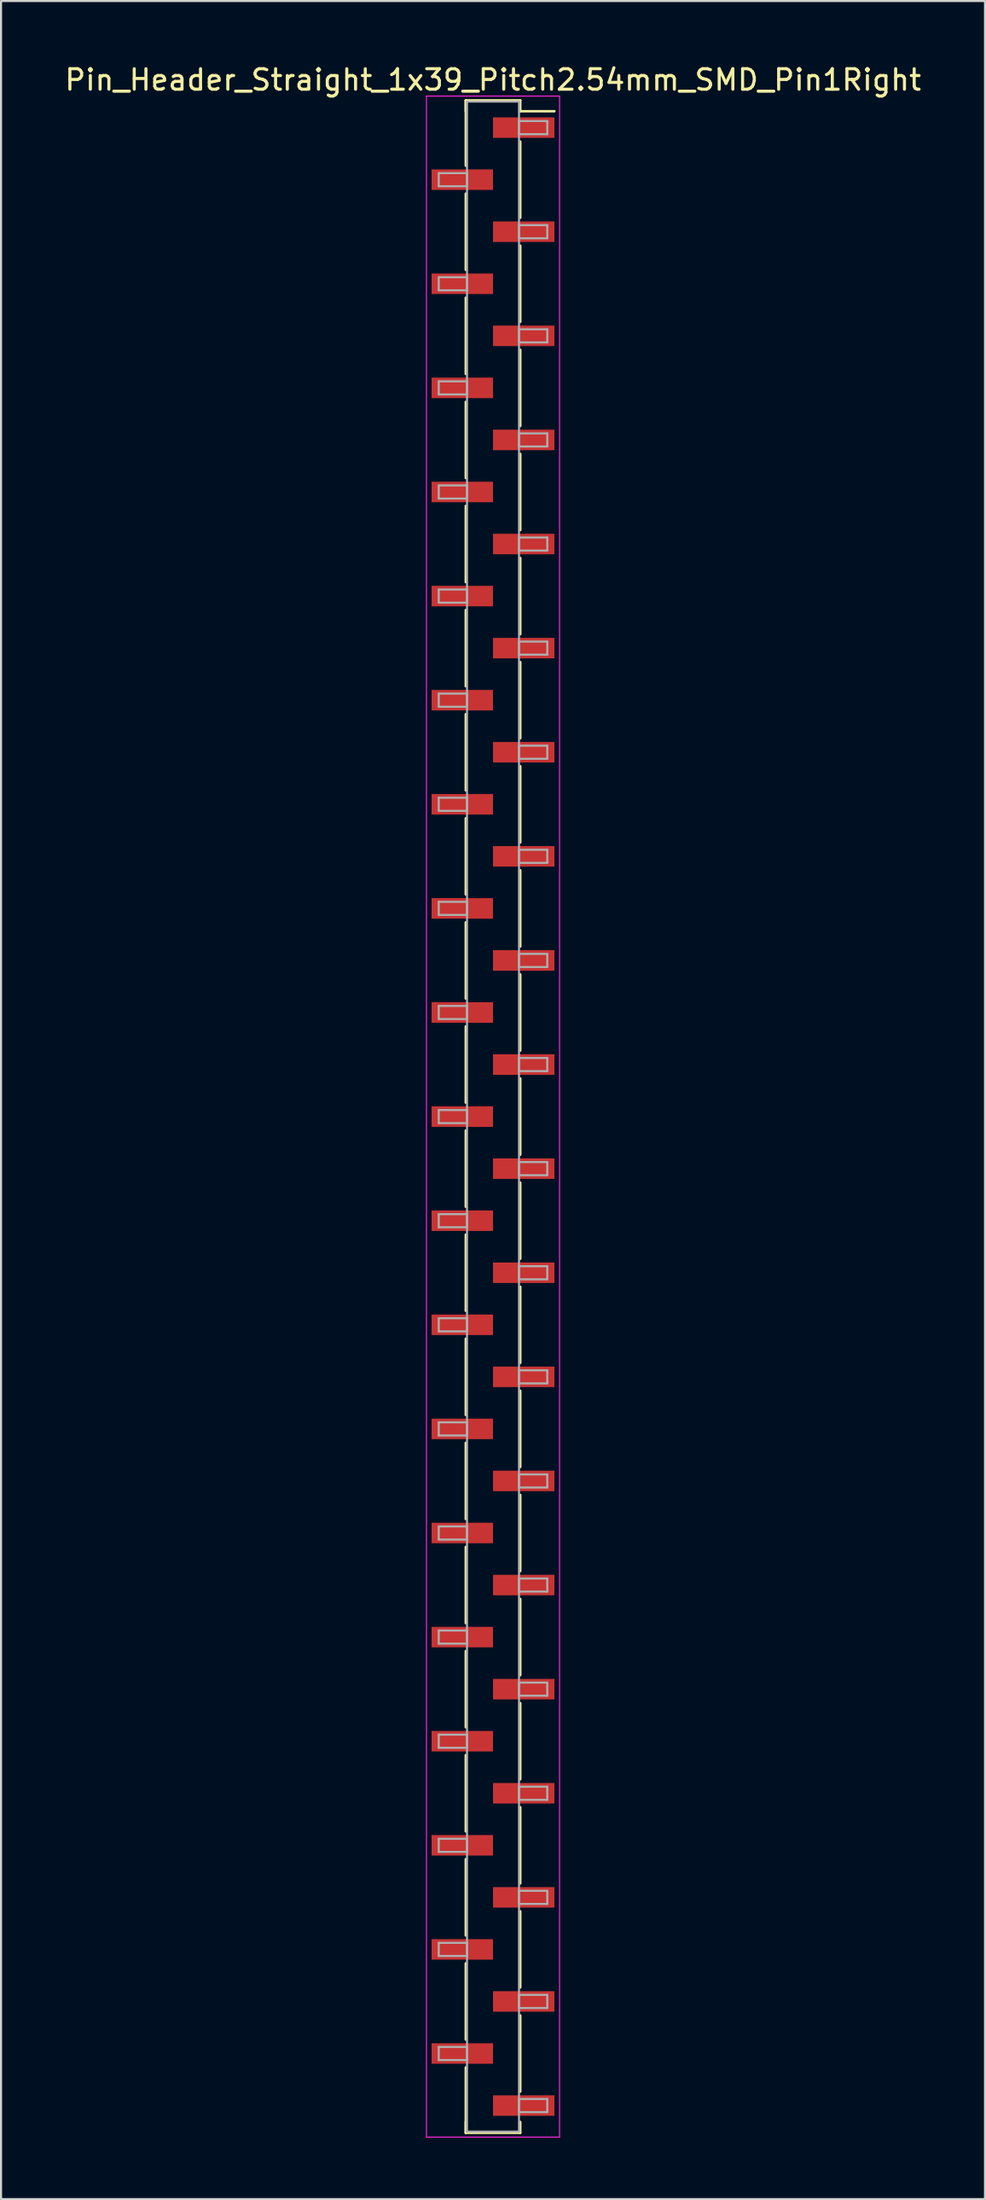
<source format=kicad_pcb>
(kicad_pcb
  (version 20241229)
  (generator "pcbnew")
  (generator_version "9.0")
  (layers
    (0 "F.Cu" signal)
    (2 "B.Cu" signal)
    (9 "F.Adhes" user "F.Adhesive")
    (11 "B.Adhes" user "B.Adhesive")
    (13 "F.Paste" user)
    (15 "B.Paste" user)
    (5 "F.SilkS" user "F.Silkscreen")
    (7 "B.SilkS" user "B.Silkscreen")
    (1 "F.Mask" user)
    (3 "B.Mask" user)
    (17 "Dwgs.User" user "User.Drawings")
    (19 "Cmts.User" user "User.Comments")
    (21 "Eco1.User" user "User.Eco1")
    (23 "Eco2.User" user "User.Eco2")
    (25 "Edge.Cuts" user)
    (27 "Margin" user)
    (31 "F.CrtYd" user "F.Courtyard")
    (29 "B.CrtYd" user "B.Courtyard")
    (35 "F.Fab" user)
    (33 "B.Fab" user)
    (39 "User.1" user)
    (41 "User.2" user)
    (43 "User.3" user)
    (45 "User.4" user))
  (footprint "Pin_Header_Straight_1x39_Pitch2.54mm_SMD_Pin1Right"
    (layer "F.Cu")
    (at 21.03 51.438)
    (property "Reference" "Pin_Header_Straight_1x39_Pitch2.54mm_SMD_Pin1Right" (at 0 -50.59 0) (layer "F.SilkS") (effects (font (size 1 1) (thickness 0.15))))
    (attr smd)
    (fp_line (start -1.33 -49.59) (end -1.33 -46.4) (stroke (width 0.12) (type solid)) (layer "F.SilkS"))
    (fp_line (start -1.33 -49.59) (end 1.33 -49.59) (stroke (width 0.12) (type solid)) (layer "F.SilkS"))
    (fp_line (start -1.33 -49.06) (end -1.33 -49.59) (stroke (width 0.12) (type solid)) (layer "F.SilkS"))
    (fp_line (start -1.33 -45.04) (end -1.33 -41.32) (stroke (width 0.12) (type solid)) (layer "F.SilkS"))
    (fp_line (start -1.33 -39.96) (end -1.33 -36.24) (stroke (width 0.12) (type solid)) (layer "F.SilkS"))
    (fp_line (start -1.33 -34.88) (end -1.33 -31.16) (stroke (width 0.12) (type solid)) (layer "F.SilkS"))
    (fp_line (start -1.33 -29.8) (end -1.33 -26.08) (stroke (width 0.12) (type solid)) (layer "F.SilkS"))
    (fp_line (start -1.33 -24.72) (end -1.33 -21) (stroke (width 0.12) (type solid)) (layer "F.SilkS"))
    (fp_line (start -1.33 -19.64) (end -1.33 -15.92) (stroke (width 0.12) (type solid)) (layer "F.SilkS"))
    (fp_line (start -1.33 -14.56) (end -1.33 -10.84) (stroke (width 0.12) (type solid)) (layer "F.SilkS"))
    (fp_line (start -1.33 -9.48) (end -1.33 -5.76) (stroke (width 0.12) (type solid)) (layer "F.SilkS"))
    (fp_line (start -1.33 -4.4) (end -1.33 -0.68) (stroke (width 0.12) (type solid)) (layer "F.SilkS"))
    (fp_line (start -1.33 0.68) (end -1.33 4.4) (stroke (width 0.12) (type solid)) (layer "F.SilkS"))
    (fp_line (start -1.33 5.76) (end -1.33 9.48) (stroke (width 0.12) (type solid)) (layer "F.SilkS"))
    (fp_line (start -1.33 10.84) (end -1.33 14.56) (stroke (width 0.12) (type solid)) (layer "F.SilkS"))
    (fp_line (start -1.33 15.92) (end -1.33 19.64) (stroke (width 0.12) (type solid)) (layer "F.SilkS"))
    (fp_line (start -1.33 21) (end -1.33 24.72) (stroke (width 0.12) (type solid)) (layer "F.SilkS"))
    (fp_line (start -1.33 26.08) (end -1.33 29.8) (stroke (width 0.12) (type solid)) (layer "F.SilkS"))
    (fp_line (start -1.33 31.16) (end -1.33 34.88) (stroke (width 0.12) (type solid)) (layer "F.SilkS"))
    (fp_line (start -1.33 36.24) (end -1.33 39.96) (stroke (width 0.12) (type solid)) (layer "F.SilkS"))
    (fp_line (start -1.33 41.32) (end -1.33 45.04) (stroke (width 0.12) (type solid)) (layer "F.SilkS"))
    (fp_line (start -1.33 46.4) (end -1.33 49.59) (stroke (width 0.12) (type solid)) (layer "F.SilkS"))
    (fp_line (start -1.33 49.06) (end -1.33 49.59) (stroke (width 0.12) (type solid)) (layer "F.SilkS"))
    (fp_line (start -1.33 49.59) (end 1.33 49.59) (stroke (width 0.12) (type solid)) (layer "F.SilkS"))
    (fp_line (start 1.33 -49.59) (end 1.33 -49.06) (stroke (width 0.12) (type solid)) (layer "F.SilkS"))
    (fp_line (start 1.33 -49.06) (end 3 -49.06) (stroke (width 0.12) (type solid)) (layer "F.SilkS"))
    (fp_line (start 1.33 -47.58) (end 1.33 -43.86) (stroke (width 0.12) (type solid)) (layer "F.SilkS"))
    (fp_line (start 1.33 -42.5) (end 1.33 -38.78) (stroke (width 0.12) (type solid)) (layer "F.SilkS"))
    (fp_line (start 1.33 -37.42) (end 1.33 -33.7) (stroke (width 0.12) (type solid)) (layer "F.SilkS"))
    (fp_line (start 1.33 -32.34) (end 1.33 -28.62) (stroke (width 0.12) (type solid)) (layer "F.SilkS"))
    (fp_line (start 1.33 -27.26) (end 1.33 -23.54) (stroke (width 0.12) (type solid)) (layer "F.SilkS"))
    (fp_line (start 1.33 -22.18) (end 1.33 -18.46) (stroke (width 0.12) (type solid)) (layer "F.SilkS"))
    (fp_line (start 1.33 -17.1) (end 1.33 -13.38) (stroke (width 0.12) (type solid)) (layer "F.SilkS"))
    (fp_line (start 1.33 -12.02) (end 1.33 -8.3) (stroke (width 0.12) (type solid)) (layer "F.SilkS"))
    (fp_line (start 1.33 -6.94) (end 1.33 -3.22) (stroke (width 0.12) (type solid)) (layer "F.SilkS"))
    (fp_line (start 1.33 -1.86) (end 1.33 1.86) (stroke (width 0.12) (type solid)) (layer "F.SilkS"))
    (fp_line (start 1.33 3.22) (end 1.33 6.94) (stroke (width 0.12) (type solid)) (layer "F.SilkS"))
    (fp_line (start 1.33 8.3) (end 1.33 12.02) (stroke (width 0.12) (type solid)) (layer "F.SilkS"))
    (fp_line (start 1.33 13.38) (end 1.33 17.1) (stroke (width 0.12) (type solid)) (layer "F.SilkS"))
    (fp_line (start 1.33 18.46) (end 1.33 22.18) (stroke (width 0.12) (type solid)) (layer "F.SilkS"))
    (fp_line (start 1.33 23.54) (end 1.33 27.26) (stroke (width 0.12) (type solid)) (layer "F.SilkS"))
    (fp_line (start 1.33 28.62) (end 1.33 32.34) (stroke (width 0.12) (type solid)) (layer "F.SilkS"))
    (fp_line (start 1.33 33.7) (end 1.33 37.42) (stroke (width 0.12) (type solid)) (layer "F.SilkS"))
    (fp_line (start 1.33 38.78) (end 1.33 42.5) (stroke (width 0.12) (type solid)) (layer "F.SilkS"))
    (fp_line (start 1.33 43.86) (end 1.33 47.58) (stroke (width 0.12) (type solid)) (layer "F.SilkS"))
    (fp_line (start 1.33 49.59) (end 1.33 49.06) (stroke (width 0.12) (type solid)) (layer "F.SilkS"))
    (fp_line (start -3.25 -49.8) (end -3.25 49.8) (stroke (width 0.05) (type solid)) (layer "F.CrtYd"))
    (fp_line (start -3.25 49.8) (end 3.25 49.8) (stroke (width 0.05) (type solid)) (layer "F.CrtYd"))
    (fp_line (start 3.25 -49.8) (end -3.25 -49.8) (stroke (width 0.05) (type solid)) (layer "F.CrtYd"))
    (fp_line (start 3.25 49.8) (end 3.25 -49.8) (stroke (width 0.05) (type solid)) (layer "F.CrtYd"))
    (fp_line (start -2.65 -46.04) (end -1.27 -46.04) (stroke (width 0.1) (type solid)) (layer "F.Fab"))
    (fp_line (start -2.65 -45.4) (end -2.65 -46.04) (stroke (width 0.1) (type solid)) (layer "F.Fab"))
    (fp_line (start -2.65 -40.96) (end -1.27 -40.96) (stroke (width 0.1) (type solid)) (layer "F.Fab"))
    (fp_line (start -2.65 -40.32) (end -2.65 -40.96) (stroke (width 0.1) (type solid)) (layer "F.Fab"))
    (fp_line (start -2.65 -35.88) (end -1.27 -35.88) (stroke (width 0.1) (type solid)) (layer "F.Fab"))
    (fp_line (start -2.65 -35.24) (end -2.65 -35.88) (stroke (width 0.1) (type solid)) (layer "F.Fab"))
    (fp_line (start -2.65 -30.8) (end -1.27 -30.8) (stroke (width 0.1) (type solid)) (layer "F.Fab"))
    (fp_line (start -2.65 -30.16) (end -2.65 -30.8) (stroke (width 0.1) (type solid)) (layer "F.Fab"))
    (fp_line (start -2.65 -25.72) (end -1.27 -25.72) (stroke (width 0.1) (type solid)) (layer "F.Fab"))
    (fp_line (start -2.65 -25.08) (end -2.65 -25.72) (stroke (width 0.1) (type solid)) (layer "F.Fab"))
    (fp_line (start -2.65 -20.64) (end -1.27 -20.64) (stroke (width 0.1) (type solid)) (layer "F.Fab"))
    (fp_line (start -2.65 -20) (end -2.65 -20.64) (stroke (width 0.1) (type solid)) (layer "F.Fab"))
    (fp_line (start -2.65 -15.56) (end -1.27 -15.56) (stroke (width 0.1) (type solid)) (layer "F.Fab"))
    (fp_line (start -2.65 -14.92) (end -2.65 -15.56) (stroke (width 0.1) (type solid)) (layer "F.Fab"))
    (fp_line (start -2.65 -10.48) (end -1.27 -10.48) (stroke (width 0.1) (type solid)) (layer "F.Fab"))
    (fp_line (start -2.65 -9.84) (end -2.65 -10.48) (stroke (width 0.1) (type solid)) (layer "F.Fab"))
    (fp_line (start -2.65 -5.4) (end -1.27 -5.4) (stroke (width 0.1) (type solid)) (layer "F.Fab"))
    (fp_line (start -2.65 -4.76) (end -2.65 -5.4) (stroke (width 0.1) (type solid)) (layer "F.Fab"))
    (fp_line (start -2.65 -0.32) (end -1.27 -0.32) (stroke (width 0.1) (type solid)) (layer "F.Fab"))
    (fp_line (start -2.65 0.32) (end -2.65 -0.32) (stroke (width 0.1) (type solid)) (layer "F.Fab"))
    (fp_line (start -2.65 4.76) (end -1.27 4.76) (stroke (width 0.1) (type solid)) (layer "F.Fab"))
    (fp_line (start -2.65 5.4) (end -2.65 4.76) (stroke (width 0.1) (type solid)) (layer "F.Fab"))
    (fp_line (start -2.65 9.84) (end -1.27 9.84) (stroke (width 0.1) (type solid)) (layer "F.Fab"))
    (fp_line (start -2.65 10.48) (end -2.65 9.84) (stroke (width 0.1) (type solid)) (layer "F.Fab"))
    (fp_line (start -2.65 14.92) (end -1.27 14.92) (stroke (width 0.1) (type solid)) (layer "F.Fab"))
    (fp_line (start -2.65 15.56) (end -2.65 14.92) (stroke (width 0.1) (type solid)) (layer "F.Fab"))
    (fp_line (start -2.65 20) (end -1.27 20) (stroke (width 0.1) (type solid)) (layer "F.Fab"))
    (fp_line (start -2.65 20.64) (end -2.65 20) (stroke (width 0.1) (type solid)) (layer "F.Fab"))
    (fp_line (start -2.65 25.08) (end -1.27 25.08) (stroke (width 0.1) (type solid)) (layer "F.Fab"))
    (fp_line (start -2.65 25.72) (end -2.65 25.08) (stroke (width 0.1) (type solid)) (layer "F.Fab"))
    (fp_line (start -2.65 30.16) (end -1.27 30.16) (stroke (width 0.1) (type solid)) (layer "F.Fab"))
    (fp_line (start -2.65 30.8) (end -2.65 30.16) (stroke (width 0.1) (type solid)) (layer "F.Fab"))
    (fp_line (start -2.65 35.24) (end -1.27 35.24) (stroke (width 0.1) (type solid)) (layer "F.Fab"))
    (fp_line (start -2.65 35.88) (end -2.65 35.24) (stroke (width 0.1) (type solid)) (layer "F.Fab"))
    (fp_line (start -2.65 40.32) (end -1.27 40.32) (stroke (width 0.1) (type solid)) (layer "F.Fab"))
    (fp_line (start -2.65 40.96) (end -2.65 40.32) (stroke (width 0.1) (type solid)) (layer "F.Fab"))
    (fp_line (start -2.65 45.4) (end -1.27 45.4) (stroke (width 0.1) (type solid)) (layer "F.Fab"))
    (fp_line (start -2.65 46.04) (end -2.65 45.4) (stroke (width 0.1) (type solid)) (layer "F.Fab"))
    (fp_line (start -1.27 -49.53) (end -1.27 49.53) (stroke (width 0.1) (type solid)) (layer "F.Fab"))
    (fp_line (start -1.27 -46.04) (end -1.27 -45.4) (stroke (width 0.1) (type solid)) (layer "F.Fab"))
    (fp_line (start -1.27 -45.4) (end -2.65 -45.4) (stroke (width 0.1) (type solid)) (layer "F.Fab"))
    (fp_line (start -1.27 -40.96) (end -1.27 -40.32) (stroke (width 0.1) (type solid)) (layer "F.Fab"))
    (fp_line (start -1.27 -40.32) (end -2.65 -40.32) (stroke (width 0.1) (type solid)) (layer "F.Fab"))
    (fp_line (start -1.27 -35.88) (end -1.27 -35.24) (stroke (width 0.1) (type solid)) (layer "F.Fab"))
    (fp_line (start -1.27 -35.24) (end -2.65 -35.24) (stroke (width 0.1) (type solid)) (layer "F.Fab"))
    (fp_line (start -1.27 -30.8) (end -1.27 -30.16) (stroke (width 0.1) (type solid)) (layer "F.Fab"))
    (fp_line (start -1.27 -30.16) (end -2.65 -30.16) (stroke (width 0.1) (type solid)) (layer "F.Fab"))
    (fp_line (start -1.27 -25.72) (end -1.27 -25.08) (stroke (width 0.1) (type solid)) (layer "F.Fab"))
    (fp_line (start -1.27 -25.08) (end -2.65 -25.08) (stroke (width 0.1) (type solid)) (layer "F.Fab"))
    (fp_line (start -1.27 -20.64) (end -1.27 -20) (stroke (width 0.1) (type solid)) (layer "F.Fab"))
    (fp_line (start -1.27 -20) (end -2.65 -20) (stroke (width 0.1) (type solid)) (layer "F.Fab"))
    (fp_line (start -1.27 -15.56) (end -1.27 -14.92) (stroke (width 0.1) (type solid)) (layer "F.Fab"))
    (fp_line (start -1.27 -14.92) (end -2.65 -14.92) (stroke (width 0.1) (type solid)) (layer "F.Fab"))
    (fp_line (start -1.27 -10.48) (end -1.27 -9.84) (stroke (width 0.1) (type solid)) (layer "F.Fab"))
    (fp_line (start -1.27 -9.84) (end -2.65 -9.84) (stroke (width 0.1) (type solid)) (layer "F.Fab"))
    (fp_line (start -1.27 -5.4) (end -1.27 -4.76) (stroke (width 0.1) (type solid)) (layer "F.Fab"))
    (fp_line (start -1.27 -4.76) (end -2.65 -4.76) (stroke (width 0.1) (type solid)) (layer "F.Fab"))
    (fp_line (start -1.27 -0.32) (end -1.27 0.32) (stroke (width 0.1) (type solid)) (layer "F.Fab"))
    (fp_line (start -1.27 0.32) (end -2.65 0.32) (stroke (width 0.1) (type solid)) (layer "F.Fab"))
    (fp_line (start -1.27 4.76) (end -1.27 5.4) (stroke (width 0.1) (type solid)) (layer "F.Fab"))
    (fp_line (start -1.27 5.4) (end -2.65 5.4) (stroke (width 0.1) (type solid)) (layer "F.Fab"))
    (fp_line (start -1.27 9.84) (end -1.27 10.48) (stroke (width 0.1) (type solid)) (layer "F.Fab"))
    (fp_line (start -1.27 10.48) (end -2.65 10.48) (stroke (width 0.1) (type solid)) (layer "F.Fab"))
    (fp_line (start -1.27 14.92) (end -1.27 15.56) (stroke (width 0.1) (type solid)) (layer "F.Fab"))
    (fp_line (start -1.27 15.56) (end -2.65 15.56) (stroke (width 0.1) (type solid)) (layer "F.Fab"))
    (fp_line (start -1.27 20) (end -1.27 20.64) (stroke (width 0.1) (type solid)) (layer "F.Fab"))
    (fp_line (start -1.27 20.64) (end -2.65 20.64) (stroke (width 0.1) (type solid)) (layer "F.Fab"))
    (fp_line (start -1.27 25.08) (end -1.27 25.72) (stroke (width 0.1) (type solid)) (layer "F.Fab"))
    (fp_line (start -1.27 25.72) (end -2.65 25.72) (stroke (width 0.1) (type solid)) (layer "F.Fab"))
    (fp_line (start -1.27 30.16) (end -1.27 30.8) (stroke (width 0.1) (type solid)) (layer "F.Fab"))
    (fp_line (start -1.27 30.8) (end -2.65 30.8) (stroke (width 0.1) (type solid)) (layer "F.Fab"))
    (fp_line (start -1.27 35.24) (end -1.27 35.88) (stroke (width 0.1) (type solid)) (layer "F.Fab"))
    (fp_line (start -1.27 35.88) (end -2.65 35.88) (stroke (width 0.1) (type solid)) (layer "F.Fab"))
    (fp_line (start -1.27 40.32) (end -1.27 40.96) (stroke (width 0.1) (type solid)) (layer "F.Fab"))
    (fp_line (start -1.27 40.96) (end -2.65 40.96) (stroke (width 0.1) (type solid)) (layer "F.Fab"))
    (fp_line (start -1.27 45.4) (end -1.27 46.04) (stroke (width 0.1) (type solid)) (layer "F.Fab"))
    (fp_line (start -1.27 46.04) (end -2.65 46.04) (stroke (width 0.1) (type solid)) (layer "F.Fab"))
    (fp_line (start -1.27 49.53) (end 1.27 49.53) (stroke (width 0.1) (type solid)) (layer "F.Fab"))
    (fp_line (start 1.27 -49.53) (end -1.27 -49.53) (stroke (width 0.1) (type solid)) (layer "F.Fab"))
    (fp_line (start 1.27 -48.58) (end 1.27 -47.94) (stroke (width 0.1) (type solid)) (layer "F.Fab"))
    (fp_line (start 1.27 -47.94) (end 2.65 -47.94) (stroke (width 0.1) (type solid)) (layer "F.Fab"))
    (fp_line (start 1.27 -43.5) (end 1.27 -42.86) (stroke (width 0.1) (type solid)) (layer "F.Fab"))
    (fp_line (start 1.27 -42.86) (end 2.65 -42.86) (stroke (width 0.1) (type solid)) (layer "F.Fab"))
    (fp_line (start 1.27 -38.42) (end 1.27 -37.78) (stroke (width 0.1) (type solid)) (layer "F.Fab"))
    (fp_line (start 1.27 -37.78) (end 2.65 -37.78) (stroke (width 0.1) (type solid)) (layer "F.Fab"))
    (fp_line (start 1.27 -33.34) (end 1.27 -32.7) (stroke (width 0.1) (type solid)) (layer "F.Fab"))
    (fp_line (start 1.27 -32.7) (end 2.65 -32.7) (stroke (width 0.1) (type solid)) (layer "F.Fab"))
    (fp_line (start 1.27 -28.26) (end 1.27 -27.62) (stroke (width 0.1) (type solid)) (layer "F.Fab"))
    (fp_line (start 1.27 -27.62) (end 2.65 -27.62) (stroke (width 0.1) (type solid)) (layer "F.Fab"))
    (fp_line (start 1.27 -23.18) (end 1.27 -22.54) (stroke (width 0.1) (type solid)) (layer "F.Fab"))
    (fp_line (start 1.27 -22.54) (end 2.65 -22.54) (stroke (width 0.1) (type solid)) (layer "F.Fab"))
    (fp_line (start 1.27 -18.1) (end 1.27 -17.46) (stroke (width 0.1) (type solid)) (layer "F.Fab"))
    (fp_line (start 1.27 -17.46) (end 2.65 -17.46) (stroke (width 0.1) (type solid)) (layer "F.Fab"))
    (fp_line (start 1.27 -13.02) (end 1.27 -12.38) (stroke (width 0.1) (type solid)) (layer "F.Fab"))
    (fp_line (start 1.27 -12.38) (end 2.65 -12.38) (stroke (width 0.1) (type solid)) (layer "F.Fab"))
    (fp_line (start 1.27 -7.94) (end 1.27 -7.3) (stroke (width 0.1) (type solid)) (layer "F.Fab"))
    (fp_line (start 1.27 -7.3) (end 2.65 -7.3) (stroke (width 0.1) (type solid)) (layer "F.Fab"))
    (fp_line (start 1.27 -2.86) (end 1.27 -2.22) (stroke (width 0.1) (type solid)) (layer "F.Fab"))
    (fp_line (start 1.27 -2.22) (end 2.65 -2.22) (stroke (width 0.1) (type solid)) (layer "F.Fab"))
    (fp_line (start 1.27 2.22) (end 1.27 2.86) (stroke (width 0.1) (type solid)) (layer "F.Fab"))
    (fp_line (start 1.27 2.86) (end 2.65 2.86) (stroke (width 0.1) (type solid)) (layer "F.Fab"))
    (fp_line (start 1.27 7.3) (end 1.27 7.94) (stroke (width 0.1) (type solid)) (layer "F.Fab"))
    (fp_line (start 1.27 7.94) (end 2.65 7.94) (stroke (width 0.1) (type solid)) (layer "F.Fab"))
    (fp_line (start 1.27 12.38) (end 1.27 13.02) (stroke (width 0.1) (type solid)) (layer "F.Fab"))
    (fp_line (start 1.27 13.02) (end 2.65 13.02) (stroke (width 0.1) (type solid)) (layer "F.Fab"))
    (fp_line (start 1.27 17.46) (end 1.27 18.1) (stroke (width 0.1) (type solid)) (layer "F.Fab"))
    (fp_line (start 1.27 18.1) (end 2.65 18.1) (stroke (width 0.1) (type solid)) (layer "F.Fab"))
    (fp_line (start 1.27 22.54) (end 1.27 23.18) (stroke (width 0.1) (type solid)) (layer "F.Fab"))
    (fp_line (start 1.27 23.18) (end 2.65 23.18) (stroke (width 0.1) (type solid)) (layer "F.Fab"))
    (fp_line (start 1.27 27.62) (end 1.27 28.26) (stroke (width 0.1) (type solid)) (layer "F.Fab"))
    (fp_line (start 1.27 28.26) (end 2.65 28.26) (stroke (width 0.1) (type solid)) (layer "F.Fab"))
    (fp_line (start 1.27 32.7) (end 1.27 33.34) (stroke (width 0.1) (type solid)) (layer "F.Fab"))
    (fp_line (start 1.27 33.34) (end 2.65 33.34) (stroke (width 0.1) (type solid)) (layer "F.Fab"))
    (fp_line (start 1.27 37.78) (end 1.27 38.42) (stroke (width 0.1) (type solid)) (layer "F.Fab"))
    (fp_line (start 1.27 38.42) (end 2.65 38.42) (stroke (width 0.1) (type solid)) (layer "F.Fab"))
    (fp_line (start 1.27 42.86) (end 1.27 43.5) (stroke (width 0.1) (type solid)) (layer "F.Fab"))
    (fp_line (start 1.27 43.5) (end 2.65 43.5) (stroke (width 0.1) (type solid)) (layer "F.Fab"))
    (fp_line (start 1.27 47.94) (end 1.27 48.58) (stroke (width 0.1) (type solid)) (layer "F.Fab"))
    (fp_line (start 1.27 48.58) (end 2.65 48.58) (stroke (width 0.1) (type solid)) (layer "F.Fab"))
    (fp_line (start 1.27 49.53) (end 1.27 -49.53) (stroke (width 0.1) (type solid)) (layer "F.Fab"))
    (fp_line (start 2.65 -48.58) (end 1.27 -48.58) (stroke (width 0.1) (type solid)) (layer "F.Fab"))
    (fp_line (start 2.65 -47.94) (end 2.65 -48.58) (stroke (width 0.1) (type solid)) (layer "F.Fab"))
    (fp_line (start 2.65 -43.5) (end 1.27 -43.5) (stroke (width 0.1) (type solid)) (layer "F.Fab"))
    (fp_line (start 2.65 -42.86) (end 2.65 -43.5) (stroke (width 0.1) (type solid)) (layer "F.Fab"))
    (fp_line (start 2.65 -38.42) (end 1.27 -38.42) (stroke (width 0.1) (type solid)) (layer "F.Fab"))
    (fp_line (start 2.65 -37.78) (end 2.65 -38.42) (stroke (width 0.1) (type solid)) (layer "F.Fab"))
    (fp_line (start 2.65 -33.34) (end 1.27 -33.34) (stroke (width 0.1) (type solid)) (layer "F.Fab"))
    (fp_line (start 2.65 -32.7) (end 2.65 -33.34) (stroke (width 0.1) (type solid)) (layer "F.Fab"))
    (fp_line (start 2.65 -28.26) (end 1.27 -28.26) (stroke (width 0.1) (type solid)) (layer "F.Fab"))
    (fp_line (start 2.65 -27.62) (end 2.65 -28.26) (stroke (width 0.1) (type solid)) (layer "F.Fab"))
    (fp_line (start 2.65 -23.18) (end 1.27 -23.18) (stroke (width 0.1) (type solid)) (layer "F.Fab"))
    (fp_line (start 2.65 -22.54) (end 2.65 -23.18) (stroke (width 0.1) (type solid)) (layer "F.Fab"))
    (fp_line (start 2.65 -18.1) (end 1.27 -18.1) (stroke (width 0.1) (type solid)) (layer "F.Fab"))
    (fp_line (start 2.65 -17.46) (end 2.65 -18.1) (stroke (width 0.1) (type solid)) (layer "F.Fab"))
    (fp_line (start 2.65 -13.02) (end 1.27 -13.02) (stroke (width 0.1) (type solid)) (layer "F.Fab"))
    (fp_line (start 2.65 -12.38) (end 2.65 -13.02) (stroke (width 0.1) (type solid)) (layer "F.Fab"))
    (fp_line (start 2.65 -7.94) (end 1.27 -7.94) (stroke (width 0.1) (type solid)) (layer "F.Fab"))
    (fp_line (start 2.65 -7.3) (end 2.65 -7.94) (stroke (width 0.1) (type solid)) (layer "F.Fab"))
    (fp_line (start 2.65 -2.86) (end 1.27 -2.86) (stroke (width 0.1) (type solid)) (layer "F.Fab"))
    (fp_line (start 2.65 -2.22) (end 2.65 -2.86) (stroke (width 0.1) (type solid)) (layer "F.Fab"))
    (fp_line (start 2.65 2.22) (end 1.27 2.22) (stroke (width 0.1) (type solid)) (layer "F.Fab"))
    (fp_line (start 2.65 2.86) (end 2.65 2.22) (stroke (width 0.1) (type solid)) (layer "F.Fab"))
    (fp_line (start 2.65 7.3) (end 1.27 7.3) (stroke (width 0.1) (type solid)) (layer "F.Fab"))
    (fp_line (start 2.65 7.94) (end 2.65 7.3) (stroke (width 0.1) (type solid)) (layer "F.Fab"))
    (fp_line (start 2.65 12.38) (end 1.27 12.38) (stroke (width 0.1) (type solid)) (layer "F.Fab"))
    (fp_line (start 2.65 13.02) (end 2.65 12.38) (stroke (width 0.1) (type solid)) (layer "F.Fab"))
    (fp_line (start 2.65 17.46) (end 1.27 17.46) (stroke (width 0.1) (type solid)) (layer "F.Fab"))
    (fp_line (start 2.65 18.1) (end 2.65 17.46) (stroke (width 0.1) (type solid)) (layer "F.Fab"))
    (fp_line (start 2.65 22.54) (end 1.27 22.54) (stroke (width 0.1) (type solid)) (layer "F.Fab"))
    (fp_line (start 2.65 23.18) (end 2.65 22.54) (stroke (width 0.1) (type solid)) (layer "F.Fab"))
    (fp_line (start 2.65 27.62) (end 1.27 27.62) (stroke (width 0.1) (type solid)) (layer "F.Fab"))
    (fp_line (start 2.65 28.26) (end 2.65 27.62) (stroke (width 0.1) (type solid)) (layer "F.Fab"))
    (fp_line (start 2.65 32.7) (end 1.27 32.7) (stroke (width 0.1) (type solid)) (layer "F.Fab"))
    (fp_line (start 2.65 33.34) (end 2.65 32.7) (stroke (width 0.1) (type solid)) (layer "F.Fab"))
    (fp_line (start 2.65 37.78) (end 1.27 37.78) (stroke (width 0.1) (type solid)) (layer "F.Fab"))
    (fp_line (start 2.65 38.42) (end 2.65 37.78) (stroke (width 0.1) (type solid)) (layer "F.Fab"))
    (fp_line (start 2.65 42.86) (end 1.27 42.86) (stroke (width 0.1) (type solid)) (layer "F.Fab"))
    (fp_line (start 2.65 43.5) (end 2.65 42.86) (stroke (width 0.1) (type solid)) (layer "F.Fab"))
    (fp_line (start 2.65 47.94) (end 1.27 47.94) (stroke (width 0.1) (type solid)) (layer "F.Fab"))
    (fp_line (start 2.65 48.58) (end 2.65 47.94) (stroke (width 0.1) (type solid)) (layer "F.Fab"))
    (pad "1" smd rect (at 1.5 -48.26) (size 3 1) (layers "F.Cu" "F.Mask"))
    (pad "2" smd rect (at -1.5 -45.72) (size 3 1) (layers "F.Cu" "F.Mask"))
    (pad "3" smd rect (at 1.5 -43.18) (size 3 1) (layers "F.Cu" "F.Mask"))
    (pad "4" smd rect (at -1.5 -40.64) (size 3 1) (layers "F.Cu" "F.Mask"))
    (pad "5" smd rect (at 1.5 -38.1) (size 3 1) (layers "F.Cu" "F.Mask"))
    (pad "6" smd rect (at -1.5 -35.56) (size 3 1) (layers "F.Cu" "F.Mask"))
    (pad "7" smd rect (at 1.5 -33.02) (size 3 1) (layers "F.Cu" "F.Mask"))
    (pad "8" smd rect (at -1.5 -30.48) (size 3 1) (layers "F.Cu" "F.Mask"))
    (pad "9" smd rect (at 1.5 -27.94) (size 3 1) (layers "F.Cu" "F.Mask"))
    (pad "10" smd rect (at -1.5 -25.4) (size 3 1) (layers "F.Cu" "F.Mask"))
    (pad "11" smd rect (at 1.5 -22.86) (size 3 1) (layers "F.Cu" "F.Mask"))
    (pad "12" smd rect (at -1.5 -20.32) (size 3 1) (layers "F.Cu" "F.Mask"))
    (pad "13" smd rect (at 1.5 -17.78) (size 3 1) (layers "F.Cu" "F.Mask"))
    (pad "14" smd rect (at -1.5 -15.24) (size 3 1) (layers "F.Cu" "F.Mask"))
    (pad "15" smd rect (at 1.5 -12.7) (size 3 1) (layers "F.Cu" "F.Mask"))
    (pad "16" smd rect (at -1.5 -10.16) (size 3 1) (layers "F.Cu" "F.Mask"))
    (pad "17" smd rect (at 1.5 -7.62) (size 3 1) (layers "F.Cu" "F.Mask"))
    (pad "18" smd rect (at -1.5 -5.08) (size 3 1) (layers "F.Cu" "F.Mask"))
    (pad "19" smd rect (at 1.5 -2.54) (size 3 1) (layers "F.Cu" "F.Mask"))
    (pad "20" smd rect (at -1.5 0) (size 3 1) (layers "F.Cu" "F.Mask"))
    (pad "21" smd rect (at 1.5 2.54) (size 3 1) (layers "F.Cu" "F.Mask"))
    (pad "22" smd rect (at -1.5 5.08) (size 3 1) (layers "F.Cu" "F.Mask"))
    (pad "23" smd rect (at 1.5 7.62) (size 3 1) (layers "F.Cu" "F.Mask"))
    (pad "24" smd rect (at -1.5 10.16) (size 3 1) (layers "F.Cu" "F.Mask"))
    (pad "25" smd rect (at 1.5 12.7) (size 3 1) (layers "F.Cu" "F.Mask"))
    (pad "26" smd rect (at -1.5 15.24) (size 3 1) (layers "F.Cu" "F.Mask"))
    (pad "27" smd rect (at 1.5 17.78) (size 3 1) (layers "F.Cu" "F.Mask"))
    (pad "28" smd rect (at -1.5 20.32) (size 3 1) (layers "F.Cu" "F.Mask"))
    (pad "29" smd rect (at 1.5 22.86) (size 3 1) (layers "F.Cu" "F.Mask"))
    (pad "30" smd rect (at -1.5 25.4) (size 3 1) (layers "F.Cu" "F.Mask"))
    (pad "31" smd rect (at 1.5 27.94) (size 3 1) (layers "F.Cu" "F.Mask"))
    (pad "32" smd rect (at -1.5 30.48) (size 3 1) (layers "F.Cu" "F.Mask"))
    (pad "33" smd rect (at 1.5 33.02) (size 3 1) (layers "F.Cu" "F.Mask"))
    (pad "34" smd rect (at -1.5 35.56) (size 3 1) (layers "F.Cu" "F.Mask"))
    (pad "35" smd rect (at 1.5 38.1) (size 3 1) (layers "F.Cu" "F.Mask"))
    (pad "36" smd rect (at -1.5 40.64) (size 3 1) (layers "F.Cu" "F.Mask"))
    (pad "37" smd rect (at 1.5 43.18) (size 3 1) (layers "F.Cu" "F.Mask"))
    (pad "38" smd rect (at -1.5 45.72) (size 3 1) (layers "F.Cu" "F.Mask"))
    (pad "39" smd rect (at 1.5 48.26) (size 3 1) (layers "F.Cu" "F.Mask")))
  (gr_rect
    (start -3 -3)
    (end 45.06 104.263)
    (stroke (width 0.1) (type default))
    (fill no)
    (layer "Edge.Cuts")))
</source>
